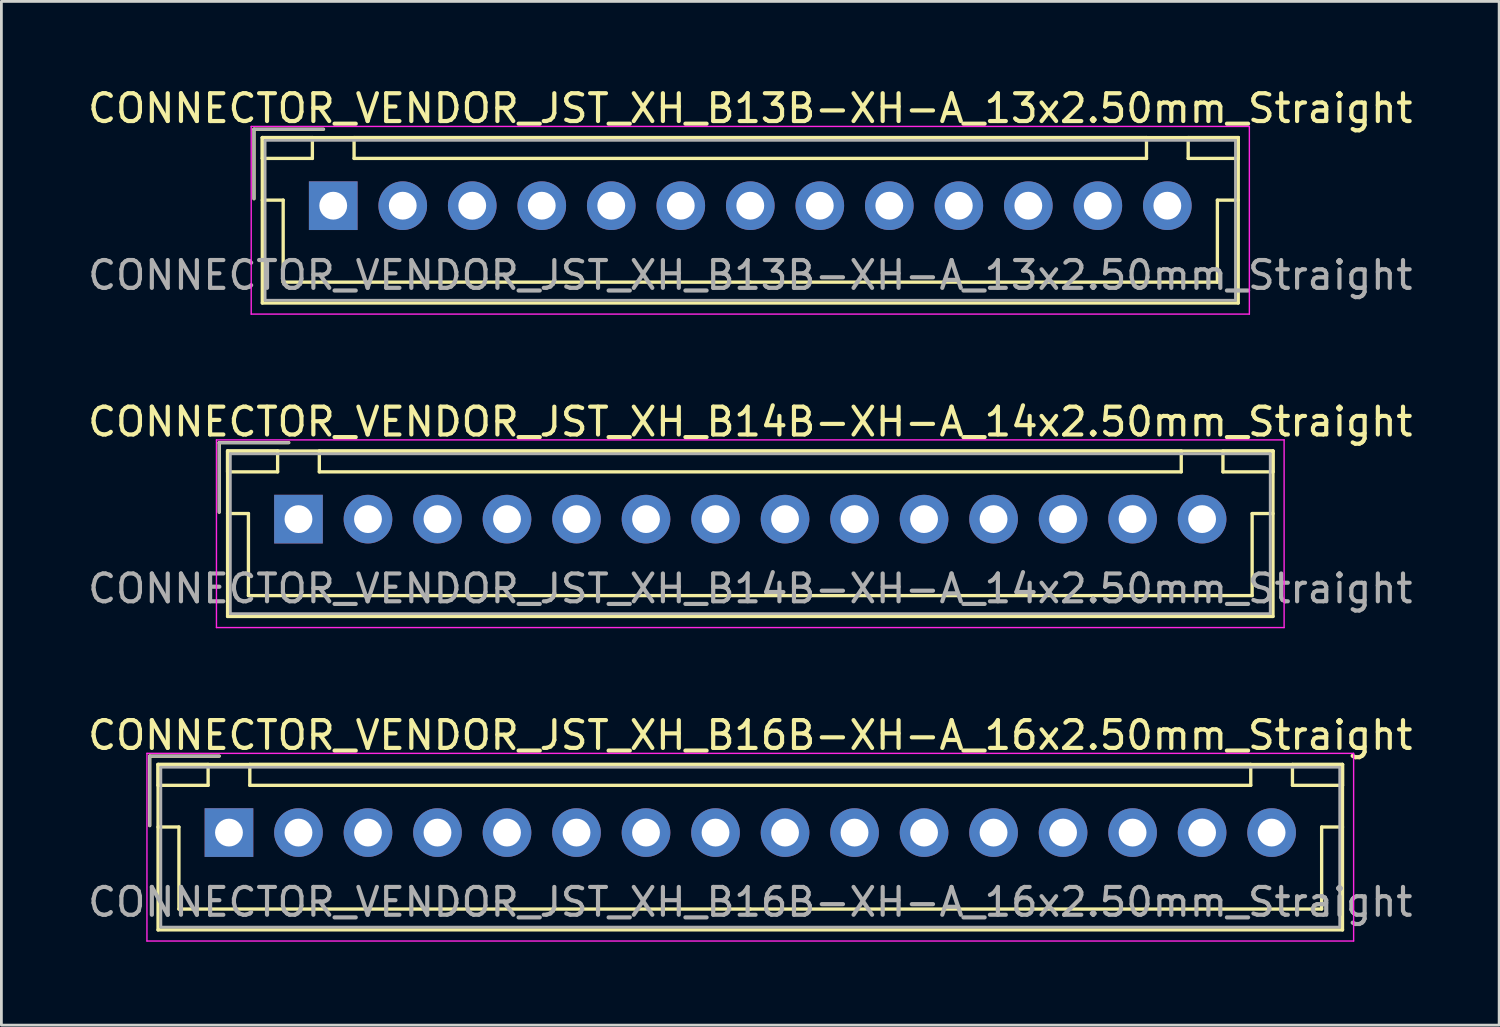
<source format=kicad_pcb>
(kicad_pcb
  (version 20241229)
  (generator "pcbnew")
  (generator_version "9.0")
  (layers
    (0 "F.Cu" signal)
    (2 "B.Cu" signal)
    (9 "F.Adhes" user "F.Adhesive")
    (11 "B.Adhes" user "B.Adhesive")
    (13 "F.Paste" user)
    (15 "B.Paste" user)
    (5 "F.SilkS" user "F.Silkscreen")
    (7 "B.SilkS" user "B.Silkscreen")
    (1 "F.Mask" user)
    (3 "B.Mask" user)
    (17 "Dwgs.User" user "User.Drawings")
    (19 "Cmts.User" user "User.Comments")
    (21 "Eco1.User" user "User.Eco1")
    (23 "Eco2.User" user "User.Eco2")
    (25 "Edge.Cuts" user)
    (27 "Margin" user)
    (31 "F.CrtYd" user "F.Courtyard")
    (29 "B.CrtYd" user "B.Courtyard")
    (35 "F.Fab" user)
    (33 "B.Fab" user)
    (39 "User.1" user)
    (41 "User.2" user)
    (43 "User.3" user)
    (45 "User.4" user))
  (footprint "CONNECTOR_VENDOR_JST_XH_B13B-XH-A_13x2.50mm_Straight"
    (layer "F.Cu")
    (at 8.935 4.348)
    (property "Reference" "CONNECTOR_VENDOR_JST_XH_B13B-XH-A_13x2.50mm_Straight" (at 15 -3.5 0) (layer "F.SilkS") (effects (font (size 1 1) (thickness 0.15))))
    (attr through_hole)
    (fp_line (start -2.85 -2.75) (end -2.85 -0.25) (stroke (width 0.12) (type solid)) (layer "F.SilkS"))
    (fp_line (start -2.55 -2.45) (end -2.55 -1.7) (stroke (width 0.12) (type solid)) (layer "F.SilkS"))
    (fp_line (start -2.55 -2.45) (end -2.55 3.5) (stroke (width 0.12) (type solid)) (layer "F.SilkS"))
    (fp_line (start -2.55 -1.7) (end -0.75 -1.7) (stroke (width 0.12) (type solid)) (layer "F.SilkS"))
    (fp_line (start -2.55 -0.2) (end -1.8 -0.2) (stroke (width 0.12) (type solid)) (layer "F.SilkS"))
    (fp_line (start -2.55 3.5) (end 32.55 3.5) (stroke (width 0.12) (type solid)) (layer "F.SilkS"))
    (fp_line (start -1.8 -0.2) (end -1.8 2.75) (stroke (width 0.12) (type solid)) (layer "F.SilkS"))
    (fp_line (start -1.8 2.75) (end 15 2.75) (stroke (width 0.12) (type solid)) (layer "F.SilkS"))
    (fp_line (start -0.75 -2.45) (end -2.55 -2.45) (stroke (width 0.12) (type solid)) (layer "F.SilkS"))
    (fp_line (start -0.75 -1.7) (end -0.75 -2.45) (stroke (width 0.12) (type solid)) (layer "F.SilkS"))
    (fp_line (start -0.35 -2.75) (end -2.85 -2.75) (stroke (width 0.12) (type solid)) (layer "F.SilkS"))
    (fp_line (start 0.75 -2.45) (end 0.75 -1.7) (stroke (width 0.12) (type solid)) (layer "F.SilkS"))
    (fp_line (start 0.75 -1.7) (end 29.25 -1.7) (stroke (width 0.12) (type solid)) (layer "F.SilkS"))
    (fp_line (start 29.25 -2.45) (end 0.75 -2.45) (stroke (width 0.12) (type solid)) (layer "F.SilkS"))
    (fp_line (start 29.25 -1.7) (end 29.25 -2.45) (stroke (width 0.12) (type solid)) (layer "F.SilkS"))
    (fp_line (start 30.75 -2.45) (end 30.75 -1.7) (stroke (width 0.12) (type solid)) (layer "F.SilkS"))
    (fp_line (start 30.75 -1.7) (end 32.55 -1.7) (stroke (width 0.12) (type solid)) (layer "F.SilkS"))
    (fp_line (start 31.8 -0.2) (end 31.8 2.75) (stroke (width 0.12) (type solid)) (layer "F.SilkS"))
    (fp_line (start 31.8 2.75) (end 15 2.75) (stroke (width 0.12) (type solid)) (layer "F.SilkS"))
    (fp_line (start 32.55 -2.45) (end -2.55 -2.45) (stroke (width 0.12) (type solid)) (layer "F.SilkS"))
    (fp_line (start 32.55 -2.45) (end 30.75 -2.45) (stroke (width 0.12) (type solid)) (layer "F.SilkS"))
    (fp_line (start 32.55 -1.7) (end 32.55 -2.45) (stroke (width 0.12) (type solid)) (layer "F.SilkS"))
    (fp_line (start 32.55 -0.2) (end 31.8 -0.2) (stroke (width 0.12) (type solid)) (layer "F.SilkS"))
    (fp_line (start 32.55 3.5) (end 32.55 -2.45) (stroke (width 0.12) (type solid)) (layer "F.SilkS"))
    (fp_line (start -2.95 -2.85) (end -2.95 3.9) (stroke (width 0.05) (type solid)) (layer "F.CrtYd"))
    (fp_line (start -2.95 3.9) (end 32.95 3.9) (stroke (width 0.05) (type solid)) (layer "F.CrtYd"))
    (fp_line (start 32.95 -2.85) (end -2.95 -2.85) (stroke (width 0.05) (type solid)) (layer "F.CrtYd"))
    (fp_line (start 32.95 3.9) (end 32.95 -2.85) (stroke (width 0.05) (type solid)) (layer "F.CrtYd"))
    (fp_line (start -2.85 -2.75) (end -2.85 -0.25) (stroke (width 0.1) (type solid)) (layer "F.Fab"))
    (fp_line (start -2.45 -2.35) (end -2.45 3.4) (stroke (width 0.1) (type solid)) (layer "F.Fab"))
    (fp_line (start -2.45 3.4) (end 32.45 3.4) (stroke (width 0.1) (type solid)) (layer "F.Fab"))
    (fp_line (start -0.35 -2.75) (end -2.85 -2.75) (stroke (width 0.1) (type solid)) (layer "F.Fab"))
    (fp_line (start 32.45 -2.35) (end -2.45 -2.35) (stroke (width 0.1) (type solid)) (layer "F.Fab"))
    (fp_line (start 32.45 3.4) (end 32.45 -2.35) (stroke (width 0.1) (type solid)) (layer "F.Fab"))
    (fp_text user "${REFERENCE}" (at 15 2.5 0) (layer "F.Fab") (effects (font (size 1 1) (thickness 0.15))))
    (pad "1" thru_hole rect (at 0 0) (size 1.75 1.75) (drill 1) (layers "*.Cu" "*.Mask"))
    (pad "2" thru_hole circle (at 2.5 0) (size 1.75 1.75) (drill 1) (layers "*.Cu" "*.Mask"))
    (pad "3" thru_hole circle (at 5 0) (size 1.75 1.75) (drill 1) (layers "*.Cu" "*.Mask"))
    (pad "4" thru_hole circle (at 7.5 0) (size 1.75 1.75) (drill 1) (layers "*.Cu" "*.Mask"))
    (pad "5" thru_hole circle (at 10 0) (size 1.75 1.75) (drill 1) (layers "*.Cu" "*.Mask"))
    (pad "6" thru_hole circle (at 12.5 0) (size 1.75 1.75) (drill 1) (layers "*.Cu" "*.Mask"))
    (pad "7" thru_hole circle (at 15 0) (size 1.75 1.75) (drill 1) (layers "*.Cu" "*.Mask"))
    (pad "8" thru_hole circle (at 17.5 0) (size 1.75 1.75) (drill 1) (layers "*.Cu" "*.Mask"))
    (pad "9" thru_hole circle (at 20 0) (size 1.75 1.75) (drill 1) (layers "*.Cu" "*.Mask"))
    (pad "10" thru_hole circle (at 22.5 0) (size 1.75 1.75) (drill 1) (layers "*.Cu" "*.Mask"))
    (pad "11" thru_hole circle (at 25 0) (size 1.75 1.75) (drill 1) (layers "*.Cu" "*.Mask"))
    (pad "12" thru_hole circle (at 27.5 0) (size 1.75 1.75) (drill 1) (layers "*.Cu" "*.Mask"))
    (pad "13" thru_hole circle (at 30 0) (size 1.75 1.75) (drill 1) (layers "*.Cu" "*.Mask")))
  (footprint "CONNECTOR_VENDOR_JST_XH_B16B-XH-A_16x2.50mm_Straight"
    (layer "F.Cu")
    (at 5.185 26.895)
    (property "Reference" "CONNECTOR_VENDOR_JST_XH_B16B-XH-A_16x2.50mm_Straight" (at 18.75 -3.5 0) (layer "F.SilkS") (effects (font (size 1 1) (thickness 0.15))))
    (attr through_hole)
    (fp_line (start -2.85 -2.75) (end -2.85 -0.25) (stroke (width 0.12) (type solid)) (layer "F.SilkS"))
    (fp_line (start -2.55 -2.45) (end -2.55 -1.7) (stroke (width 0.12) (type solid)) (layer "F.SilkS"))
    (fp_line (start -2.55 -2.45) (end -2.55 3.5) (stroke (width 0.12) (type solid)) (layer "F.SilkS"))
    (fp_line (start -2.55 -1.7) (end -0.75 -1.7) (stroke (width 0.12) (type solid)) (layer "F.SilkS"))
    (fp_line (start -2.55 -0.2) (end -1.8 -0.2) (stroke (width 0.12) (type solid)) (layer "F.SilkS"))
    (fp_line (start -2.55 3.5) (end 40.05 3.5) (stroke (width 0.12) (type solid)) (layer "F.SilkS"))
    (fp_line (start -1.8 -0.2) (end -1.8 2.75) (stroke (width 0.12) (type solid)) (layer "F.SilkS"))
    (fp_line (start -1.8 2.75) (end 18.75 2.75) (stroke (width 0.12) (type solid)) (layer "F.SilkS"))
    (fp_line (start -0.75 -2.45) (end -2.55 -2.45) (stroke (width 0.12) (type solid)) (layer "F.SilkS"))
    (fp_line (start -0.75 -1.7) (end -0.75 -2.45) (stroke (width 0.12) (type solid)) (layer "F.SilkS"))
    (fp_line (start -0.35 -2.75) (end -2.85 -2.75) (stroke (width 0.12) (type solid)) (layer "F.SilkS"))
    (fp_line (start 0.75 -2.45) (end 0.75 -1.7) (stroke (width 0.12) (type solid)) (layer "F.SilkS"))
    (fp_line (start 0.75 -1.7) (end 36.75 -1.7) (stroke (width 0.12) (type solid)) (layer "F.SilkS"))
    (fp_line (start 36.75 -2.45) (end 0.75 -2.45) (stroke (width 0.12) (type solid)) (layer "F.SilkS"))
    (fp_line (start 36.75 -1.7) (end 36.75 -2.45) (stroke (width 0.12) (type solid)) (layer "F.SilkS"))
    (fp_line (start 38.25 -2.45) (end 38.25 -1.7) (stroke (width 0.12) (type solid)) (layer "F.SilkS"))
    (fp_line (start 38.25 -1.7) (end 40.05 -1.7) (stroke (width 0.12) (type solid)) (layer "F.SilkS"))
    (fp_line (start 39.3 -0.2) (end 39.3 2.75) (stroke (width 0.12) (type solid)) (layer "F.SilkS"))
    (fp_line (start 39.3 2.75) (end 18.75 2.75) (stroke (width 0.12) (type solid)) (layer "F.SilkS"))
    (fp_line (start 40.05 -2.45) (end -2.55 -2.45) (stroke (width 0.12) (type solid)) (layer "F.SilkS"))
    (fp_line (start 40.05 -2.45) (end 38.25 -2.45) (stroke (width 0.12) (type solid)) (layer "F.SilkS"))
    (fp_line (start 40.05 -1.7) (end 40.05 -2.45) (stroke (width 0.12) (type solid)) (layer "F.SilkS"))
    (fp_line (start 40.05 -0.2) (end 39.3 -0.2) (stroke (width 0.12) (type solid)) (layer "F.SilkS"))
    (fp_line (start 40.05 3.5) (end 40.05 -2.45) (stroke (width 0.12) (type solid)) (layer "F.SilkS"))
    (fp_line (start -2.95 -2.85) (end -2.95 3.9) (stroke (width 0.05) (type solid)) (layer "F.CrtYd"))
    (fp_line (start -2.95 3.9) (end 40.45 3.9) (stroke (width 0.05) (type solid)) (layer "F.CrtYd"))
    (fp_line (start 40.45 -2.85) (end -2.95 -2.85) (stroke (width 0.05) (type solid)) (layer "F.CrtYd"))
    (fp_line (start 40.45 3.9) (end 40.45 -2.85) (stroke (width 0.05) (type solid)) (layer "F.CrtYd"))
    (fp_line (start -2.85 -2.75) (end -2.85 -0.25) (stroke (width 0.1) (type solid)) (layer "F.Fab"))
    (fp_line (start -2.45 -2.35) (end -2.45 3.4) (stroke (width 0.1) (type solid)) (layer "F.Fab"))
    (fp_line (start -2.45 3.4) (end 39.95 3.4) (stroke (width 0.1) (type solid)) (layer "F.Fab"))
    (fp_line (start -0.35 -2.75) (end -2.85 -2.75) (stroke (width 0.1) (type solid)) (layer "F.Fab"))
    (fp_line (start 39.95 -2.35) (end -2.45 -2.35) (stroke (width 0.1) (type solid)) (layer "F.Fab"))
    (fp_line (start 39.95 3.4) (end 39.95 -2.35) (stroke (width 0.1) (type solid)) (layer "F.Fab"))
    (fp_text user "${REFERENCE}" (at 18.75 2.5 0) (layer "F.Fab") (effects (font (size 1 1) (thickness 0.15))))
    (pad "1" thru_hole rect (at 0 0) (size 1.75 1.75) (drill 1) (layers "*.Cu" "*.Mask"))
    (pad "2" thru_hole circle (at 2.5 0) (size 1.75 1.75) (drill 1) (layers "*.Cu" "*.Mask"))
    (pad "3" thru_hole circle (at 5 0) (size 1.75 1.75) (drill 1) (layers "*.Cu" "*.Mask"))
    (pad "4" thru_hole circle (at 7.5 0) (size 1.75 1.75) (drill 1) (layers "*.Cu" "*.Mask"))
    (pad "5" thru_hole circle (at 10 0) (size 1.75 1.75) (drill 1) (layers "*.Cu" "*.Mask"))
    (pad "6" thru_hole circle (at 12.5 0) (size 1.75 1.75) (drill 1) (layers "*.Cu" "*.Mask"))
    (pad "7" thru_hole circle (at 15 0) (size 1.75 1.75) (drill 1) (layers "*.Cu" "*.Mask"))
    (pad "8" thru_hole circle (at 17.5 0) (size 1.75 1.75) (drill 1) (layers "*.Cu" "*.Mask"))
    (pad "9" thru_hole circle (at 20 0) (size 1.75 1.75) (drill 1) (layers "*.Cu" "*.Mask"))
    (pad "10" thru_hole circle (at 22.5 0) (size 1.75 1.75) (drill 1) (layers "*.Cu" "*.Mask"))
    (pad "11" thru_hole circle (at 25 0) (size 1.75 1.75) (drill 1) (layers "*.Cu" "*.Mask"))
    (pad "12" thru_hole circle (at 27.5 0) (size 1.75 1.75) (drill 1) (layers "*.Cu" "*.Mask"))
    (pad "13" thru_hole circle (at 30 0) (size 1.75 1.75) (drill 1) (layers "*.Cu" "*.Mask"))
    (pad "14" thru_hole circle (at 32.5 0) (size 1.75 1.75) (drill 1) (layers "*.Cu" "*.Mask"))
    (pad "15" thru_hole circle (at 35 0) (size 1.75 1.75) (drill 1) (layers "*.Cu" "*.Mask"))
    (pad "16" thru_hole circle (at 37.5 0) (size 1.75 1.75) (drill 1) (layers "*.Cu" "*.Mask")))
  (footprint "CONNECTOR_VENDOR_JST_XH_B14B-XH-A_14x2.50mm_Straight"
    (layer "F.Cu")
    (at 7.685 15.621)
    (property "Reference" "CONNECTOR_VENDOR_JST_XH_B14B-XH-A_14x2.50mm_Straight" (at 16.25 -3.5 0) (layer "F.SilkS") (effects (font (size 1 1) (thickness 0.15))))
    (attr through_hole)
    (fp_line (start -2.85 -2.75) (end -2.85 -0.25) (stroke (width 0.12) (type solid)) (layer "F.SilkS"))
    (fp_line (start -2.55 -2.45) (end -2.55 -1.7) (stroke (width 0.12) (type solid)) (layer "F.SilkS"))
    (fp_line (start -2.55 -2.45) (end -2.55 3.5) (stroke (width 0.12) (type solid)) (layer "F.SilkS"))
    (fp_line (start -2.55 -1.7) (end -0.75 -1.7) (stroke (width 0.12) (type solid)) (layer "F.SilkS"))
    (fp_line (start -2.55 -0.2) (end -1.8 -0.2) (stroke (width 0.12) (type solid)) (layer "F.SilkS"))
    (fp_line (start -2.55 3.5) (end 35.05 3.5) (stroke (width 0.12) (type solid)) (layer "F.SilkS"))
    (fp_line (start -1.8 -0.2) (end -1.8 2.75) (stroke (width 0.12) (type solid)) (layer "F.SilkS"))
    (fp_line (start -1.8 2.75) (end 16.25 2.75) (stroke (width 0.12) (type solid)) (layer "F.SilkS"))
    (fp_line (start -0.75 -2.45) (end -2.55 -2.45) (stroke (width 0.12) (type solid)) (layer "F.SilkS"))
    (fp_line (start -0.75 -1.7) (end -0.75 -2.45) (stroke (width 0.12) (type solid)) (layer "F.SilkS"))
    (fp_line (start -0.35 -2.75) (end -2.85 -2.75) (stroke (width 0.12) (type solid)) (layer "F.SilkS"))
    (fp_line (start 0.75 -2.45) (end 0.75 -1.7) (stroke (width 0.12) (type solid)) (layer "F.SilkS"))
    (fp_line (start 0.75 -1.7) (end 31.75 -1.7) (stroke (width 0.12) (type solid)) (layer "F.SilkS"))
    (fp_line (start 31.75 -2.45) (end 0.75 -2.45) (stroke (width 0.12) (type solid)) (layer "F.SilkS"))
    (fp_line (start 31.75 -1.7) (end 31.75 -2.45) (stroke (width 0.12) (type solid)) (layer "F.SilkS"))
    (fp_line (start 33.25 -2.45) (end 33.25 -1.7) (stroke (width 0.12) (type solid)) (layer "F.SilkS"))
    (fp_line (start 33.25 -1.7) (end 35.05 -1.7) (stroke (width 0.12) (type solid)) (layer "F.SilkS"))
    (fp_line (start 34.3 -0.2) (end 34.3 2.75) (stroke (width 0.12) (type solid)) (layer "F.SilkS"))
    (fp_line (start 34.3 2.75) (end 16.25 2.75) (stroke (width 0.12) (type solid)) (layer "F.SilkS"))
    (fp_line (start 35.05 -2.45) (end -2.55 -2.45) (stroke (width 0.12) (type solid)) (layer "F.SilkS"))
    (fp_line (start 35.05 -2.45) (end 33.25 -2.45) (stroke (width 0.12) (type solid)) (layer "F.SilkS"))
    (fp_line (start 35.05 -1.7) (end 35.05 -2.45) (stroke (width 0.12) (type solid)) (layer "F.SilkS"))
    (fp_line (start 35.05 -0.2) (end 34.3 -0.2) (stroke (width 0.12) (type solid)) (layer "F.SilkS"))
    (fp_line (start 35.05 3.5) (end 35.05 -2.45) (stroke (width 0.12) (type solid)) (layer "F.SilkS"))
    (fp_line (start -2.95 -2.85) (end -2.95 3.9) (stroke (width 0.05) (type solid)) (layer "F.CrtYd"))
    (fp_line (start -2.95 3.9) (end 35.45 3.9) (stroke (width 0.05) (type solid)) (layer "F.CrtYd"))
    (fp_line (start 35.45 -2.85) (end -2.95 -2.85) (stroke (width 0.05) (type solid)) (layer "F.CrtYd"))
    (fp_line (start 35.45 3.9) (end 35.45 -2.85) (stroke (width 0.05) (type solid)) (layer "F.CrtYd"))
    (fp_line (start -2.85 -2.75) (end -2.85 -0.25) (stroke (width 0.1) (type solid)) (layer "F.Fab"))
    (fp_line (start -2.45 -2.35) (end -2.45 3.4) (stroke (width 0.1) (type solid)) (layer "F.Fab"))
    (fp_line (start -2.45 3.4) (end 34.95 3.4) (stroke (width 0.1) (type solid)) (layer "F.Fab"))
    (fp_line (start -0.35 -2.75) (end -2.85 -2.75) (stroke (width 0.1) (type solid)) (layer "F.Fab"))
    (fp_line (start 34.95 -2.35) (end -2.45 -2.35) (stroke (width 0.1) (type solid)) (layer "F.Fab"))
    (fp_line (start 34.95 3.4) (end 34.95 -2.35) (stroke (width 0.1) (type solid)) (layer "F.Fab"))
    (fp_text user "${REFERENCE}" (at 16.25 2.5 0) (layer "F.Fab") (effects (font (size 1 1) (thickness 0.15))))
    (pad "1" thru_hole rect (at 0 0) (size 1.75 1.75) (drill 1) (layers "*.Cu" "*.Mask"))
    (pad "2" thru_hole circle (at 2.5 0) (size 1.75 1.75) (drill 1) (layers "*.Cu" "*.Mask"))
    (pad "3" thru_hole circle (at 5 0) (size 1.75 1.75) (drill 1) (layers "*.Cu" "*.Mask"))
    (pad "4" thru_hole circle (at 7.5 0) (size 1.75 1.75) (drill 1) (layers "*.Cu" "*.Mask"))
    (pad "5" thru_hole circle (at 10 0) (size 1.75 1.75) (drill 1) (layers "*.Cu" "*.Mask"))
    (pad "6" thru_hole circle (at 12.5 0) (size 1.75 1.75) (drill 1) (layers "*.Cu" "*.Mask"))
    (pad "7" thru_hole circle (at 15 0) (size 1.75 1.75) (drill 1) (layers "*.Cu" "*.Mask"))
    (pad "8" thru_hole circle (at 17.5 0) (size 1.75 1.75) (drill 1) (layers "*.Cu" "*.Mask"))
    (pad "9" thru_hole circle (at 20 0) (size 1.75 1.75) (drill 1) (layers "*.Cu" "*.Mask"))
    (pad "10" thru_hole circle (at 22.5 0) (size 1.75 1.75) (drill 1) (layers "*.Cu" "*.Mask"))
    (pad "11" thru_hole circle (at 25 0) (size 1.75 1.75) (drill 1) (layers "*.Cu" "*.Mask"))
    (pad "12" thru_hole circle (at 27.5 0) (size 1.75 1.75) (drill 1) (layers "*.Cu" "*.Mask"))
    (pad "13" thru_hole circle (at 30 0) (size 1.75 1.75) (drill 1) (layers "*.Cu" "*.Mask"))
    (pad "14" thru_hole circle (at 32.5 0) (size 1.75 1.75) (drill 1) (layers "*.Cu" "*.Mask")))
  (gr_rect
    (start -3 -3)
    (end 50.869 33.82)
    (stroke (width 0.1) (type default))
    (fill no)
    (layer "Edge.Cuts")))
</source>
